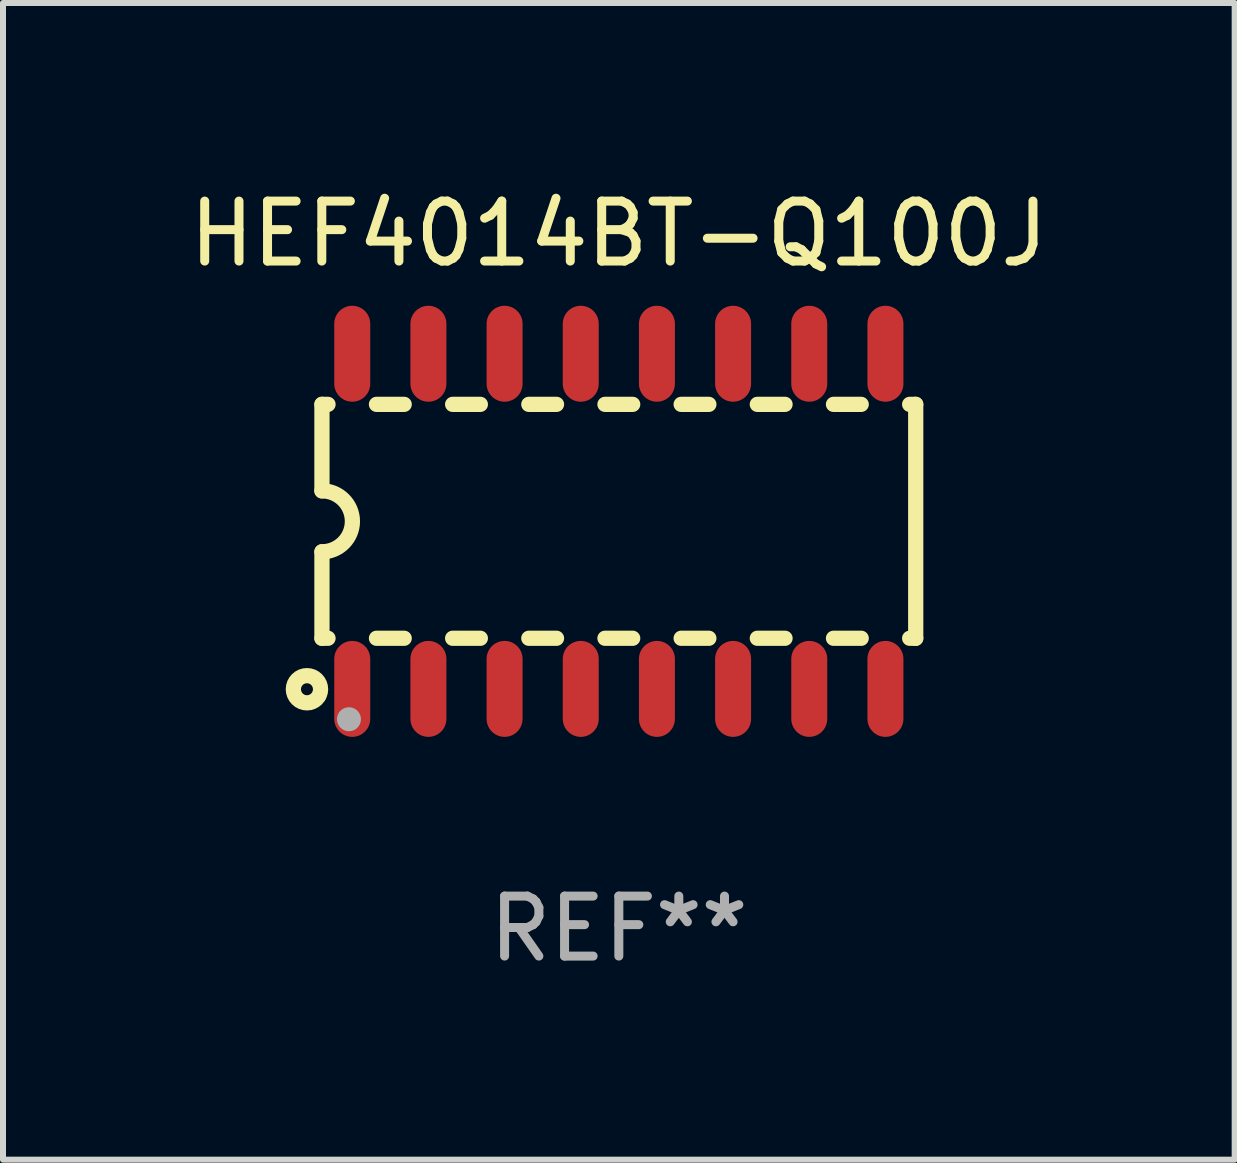
<source format=kicad_pcb>
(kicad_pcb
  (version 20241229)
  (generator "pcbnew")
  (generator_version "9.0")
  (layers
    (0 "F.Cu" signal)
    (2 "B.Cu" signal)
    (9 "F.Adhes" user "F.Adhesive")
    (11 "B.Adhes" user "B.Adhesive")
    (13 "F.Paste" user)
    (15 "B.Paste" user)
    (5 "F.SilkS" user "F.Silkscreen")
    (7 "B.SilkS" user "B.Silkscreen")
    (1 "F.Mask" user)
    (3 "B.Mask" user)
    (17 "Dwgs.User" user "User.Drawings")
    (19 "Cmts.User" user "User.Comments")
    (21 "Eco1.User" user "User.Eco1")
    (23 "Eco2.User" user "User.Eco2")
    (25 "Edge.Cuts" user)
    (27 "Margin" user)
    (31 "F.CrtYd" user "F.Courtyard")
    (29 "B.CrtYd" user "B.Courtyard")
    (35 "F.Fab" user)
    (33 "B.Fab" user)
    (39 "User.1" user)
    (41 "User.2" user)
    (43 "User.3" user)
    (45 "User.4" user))
  (footprint "HEF4014BT-Q100J"
    (layer "F.Cu")
    (at 7.268 5.642)
    (property "Reference" "HEF4014BT-Q100J" (at 0 -4.794 0) (layer "F.SilkS") (effects (font (size 1 1) (thickness 0.15))))
    (attr through_hole)
    (fp_line (start -4.95 -1.95) (end -4.95 -0.508) (stroke (width 0.254) (type solid)) (layer "F.SilkS"))
    (fp_line (start -4.95 -1.95) (end -4.849 -1.95) (stroke (width 0.254) (type solid)) (layer "F.SilkS"))
    (fp_line (start -4.95 1.95) (end -4.95 0.508) (stroke (width 0.254) (type solid)) (layer "F.SilkS"))
    (fp_line (start -4.95 1.95) (end -4.849 1.95) (stroke (width 0.254) (type solid)) (layer "F.SilkS"))
    (fp_line (start -4.041 -1.95) (end -3.579 -1.95) (stroke (width 0.254) (type solid)) (layer "F.SilkS"))
    (fp_line (start -4.041 1.95) (end -3.579 1.95) (stroke (width 0.254) (type solid)) (layer "F.SilkS"))
    (fp_line (start -2.771 -1.95) (end -2.309 -1.95) (stroke (width 0.254) (type solid)) (layer "F.SilkS"))
    (fp_line (start -2.771 1.95) (end -2.309 1.95) (stroke (width 0.254) (type solid)) (layer "F.SilkS"))
    (fp_line (start -1.501 -1.95) (end -1.039 -1.95) (stroke (width 0.254) (type solid)) (layer "F.SilkS"))
    (fp_line (start -1.501 1.95) (end -1.039 1.95) (stroke (width 0.254) (type solid)) (layer "F.SilkS"))
    (fp_line (start -0.231 -1.95) (end 0.231 -1.95) (stroke (width 0.254) (type solid)) (layer "F.SilkS"))
    (fp_line (start -0.231 1.95) (end 0.231 1.95) (stroke (width 0.254) (type solid)) (layer "F.SilkS"))
    (fp_line (start 1.039 -1.95) (end 1.501 -1.95) (stroke (width 0.254) (type solid)) (layer "F.SilkS"))
    (fp_line (start 1.039 1.95) (end 1.501 1.95) (stroke (width 0.254) (type solid)) (layer "F.SilkS"))
    (fp_line (start 2.309 -1.95) (end 2.771 -1.95) (stroke (width 0.254) (type solid)) (layer "F.SilkS"))
    (fp_line (start 2.309 1.95) (end 2.771 1.95) (stroke (width 0.254) (type solid)) (layer "F.SilkS"))
    (fp_line (start 3.579 -1.95) (end 4.041 -1.95) (stroke (width 0.254) (type solid)) (layer "F.SilkS"))
    (fp_line (start 3.579 1.95) (end 4.041 1.95) (stroke (width 0.254) (type solid)) (layer "F.SilkS"))
    (fp_line (start 4.849 -1.95) (end 4.95 -1.95) (stroke (width 0.254) (type solid)) (layer "F.SilkS"))
    (fp_line (start 4.849 1.95) (end 4.95 1.95) (stroke (width 0.254) (type solid)) (layer "F.SilkS"))
    (fp_line (start 4.95 -1.95) (end 4.95 1.95) (stroke (width 0.254) (type solid)) (layer "F.SilkS"))
    (fp_arc (start -4.95047 -0.508001) (mid -4.442469 -0.000228) (end -4.950013 0.508001) (stroke (width 0.254001) (type solid)) (layer "F.SilkS"))
    (fp_circle (center -5.2 2.8) (end -5.1 2.8) (stroke (width 0.254) (type solid)) (fill no) (layer "F.SilkS"))
    (fp_circle (center -4.95 2.947) (end -4.92 2.947) (stroke (width 0.06) (type solid)) (fill no) (layer "F.SilkS"))
    (fp_circle (center -4.5 3.3) (end -4.4 3.3) (stroke (width 0.2) (type solid)) (fill no) (layer "F.Fab"))
    (fp_text user "REF**" (at 0 6.794 0) (layer "F.Fab") (effects (font (size 1 1) (thickness 0.15))))
    (pad "1" smd oval (at -4.445 2.794) (size 0.6 1.6) (layers "F.Cu" "F.Mask" "F.Paste"))
    (pad "2" smd oval (at -3.175 2.794) (size 0.6 1.6) (layers "F.Cu" "F.Mask" "F.Paste"))
    (pad "3" smd oval (at -1.905 2.794) (size 0.6 1.6) (layers "F.Cu" "F.Mask" "F.Paste"))
    (pad "4" smd oval (at -0.635 2.794) (size 0.6 1.6) (layers "F.Cu" "F.Mask" "F.Paste"))
    (pad "5" smd oval (at 0.635 2.794) (size 0.6 1.6) (layers "F.Cu" "F.Mask" "F.Paste"))
    (pad "6" smd oval (at 1.905 2.794) (size 0.6 1.6) (layers "F.Cu" "F.Mask" "F.Paste"))
    (pad "7" smd oval (at 3.175 2.794) (size 0.6 1.6) (layers "F.Cu" "F.Mask" "F.Paste"))
    (pad "8" smd oval (at 4.445 2.794) (size 0.6 1.6) (layers "F.Cu" "F.Mask" "F.Paste"))
    (pad "9" smd oval (at 4.445 -2.794) (size 0.6 1.6) (layers "F.Cu" "F.Mask" "F.Paste"))
    (pad "10" smd oval (at 3.175 -2.794) (size 0.6 1.6) (layers "F.Cu" "F.Mask" "F.Paste"))
    (pad "11" smd oval (at 1.905 -2.794) (size 0.6 1.6) (layers "F.Cu" "F.Mask" "F.Paste"))
    (pad "12" smd oval (at 0.635 -2.794) (size 0.6 1.6) (layers "F.Cu" "F.Mask" "F.Paste"))
    (pad "13" smd oval (at -0.635 -2.794) (size 0.6 1.6) (layers "F.Cu" "F.Mask" "F.Paste"))
    (pad "14" smd oval (at -1.905 -2.794) (size 0.6 1.6) (layers "F.Cu" "F.Mask" "F.Paste"))
    (pad "15" smd oval (at -3.175 -2.794) (size 0.6 1.6) (layers "F.Cu" "F.Mask" "F.Paste"))
    (pad "16" smd oval (at -4.445 -2.794) (size 0.6 1.6) (layers "F.Cu" "F.Mask" "F.Paste")))
  (gr_rect
    (start -3 -3)
    (end 17.536 16.285)
    (stroke (width 0.1) (type default))
    (fill no)
    (layer "Edge.Cuts")))
</source>
